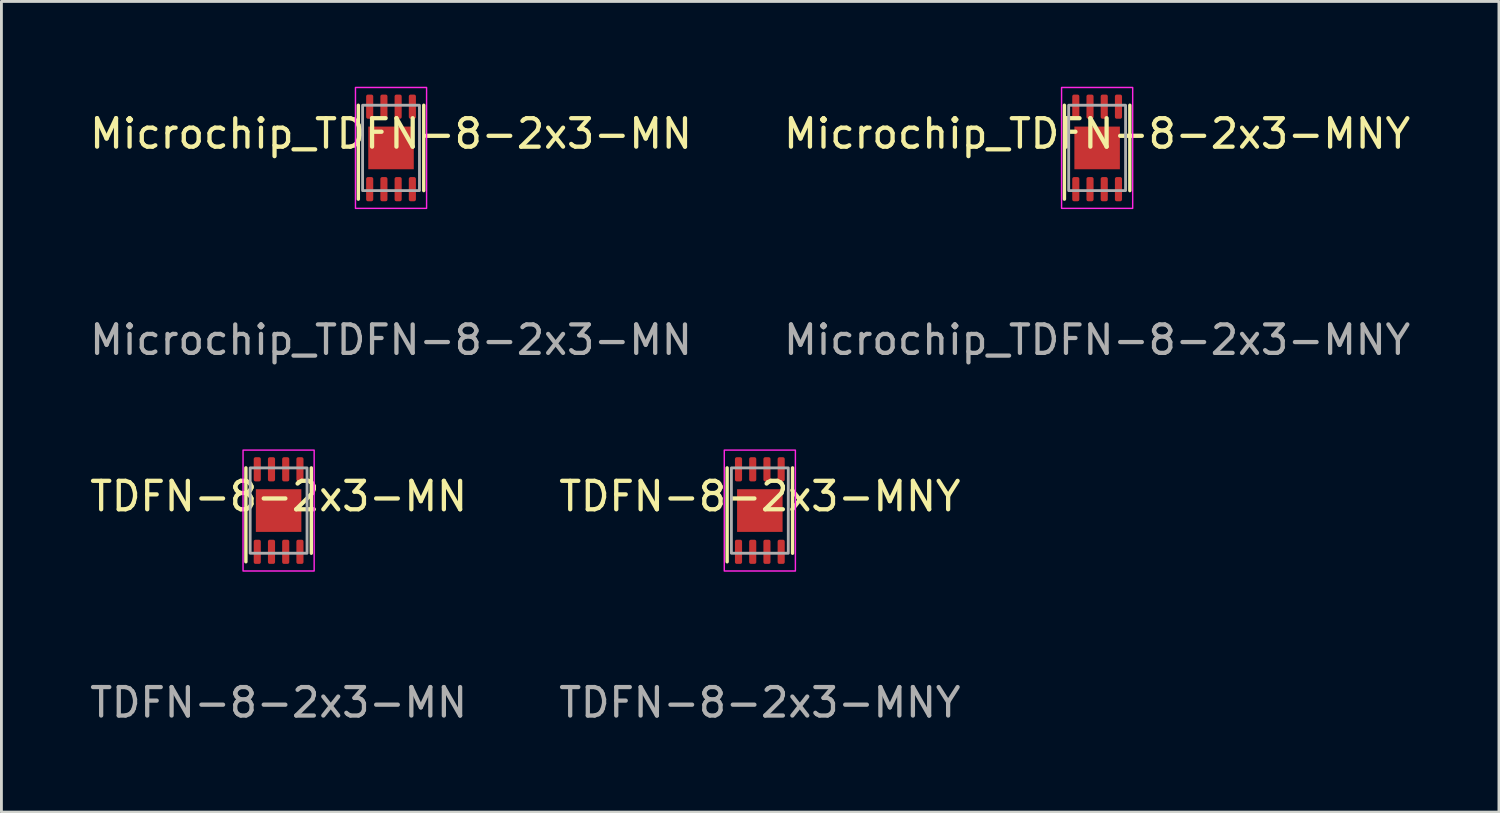
<source format=kicad_pcb>
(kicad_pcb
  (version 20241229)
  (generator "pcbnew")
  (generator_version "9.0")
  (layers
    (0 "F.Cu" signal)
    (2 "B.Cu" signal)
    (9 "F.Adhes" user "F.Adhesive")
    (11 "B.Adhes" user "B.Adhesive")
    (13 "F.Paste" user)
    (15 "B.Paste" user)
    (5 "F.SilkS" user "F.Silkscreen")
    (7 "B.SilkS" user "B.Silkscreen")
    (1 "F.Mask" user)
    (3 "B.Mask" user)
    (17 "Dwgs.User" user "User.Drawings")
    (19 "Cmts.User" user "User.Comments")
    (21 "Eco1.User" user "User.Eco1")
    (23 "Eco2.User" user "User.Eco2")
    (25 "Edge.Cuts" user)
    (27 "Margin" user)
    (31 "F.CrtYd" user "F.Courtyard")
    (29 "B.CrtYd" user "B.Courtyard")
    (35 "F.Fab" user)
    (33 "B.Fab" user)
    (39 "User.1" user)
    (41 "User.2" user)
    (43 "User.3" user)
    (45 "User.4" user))
  (footprint "TDFN-8-2x3-MNY"
    (layer "F.Cu")
    (at 23.661 14.898)
    (property "Reference" "TDFN-8-2x3-MNY" (at 0 -0.5 0) (unlocked yes) (layer "F.SilkS") (effects (font (size 1 1) (thickness 0.15))))
    (attr smd)
    (fp_line (start -1.15 -1.5) (end -1.15 1.8) (stroke (width 0.12) (type solid)) (layer "F.SilkS"))
    (fp_line (start 1.15 -1.5) (end 1.15 1.5) (stroke (width 0.12) (type solid)) (layer "F.SilkS"))
    (fp_rect (start -1.25 -2.125) (end 1.25 2.125) (stroke (width 0.05) (type solid)) (fill no) (layer "F.CrtYd"))
    (fp_rect (start -1 -1.5) (end 1 1.5) (stroke (width 0.1) (type solid)) (fill no) (layer "F.Fab"))
    (fp_text user "${REFERENCE}" (at 0 6.75 0) (unlocked yes) (layer "F.Fab") (effects (font (size 1 1) (thickness 0.15))))
    (pad "1" smd roundrect (at -0.75 1.45) (size 0.25 0.85) (layers "F.Cu" "F.Mask" "F.Paste") (roundrect_rratio 0.25))
    (pad "2" smd roundrect (at -0.25 1.45) (size 0.25 0.85) (layers "F.Cu" "F.Mask" "F.Paste") (roundrect_rratio 0.25))
    (pad "3" smd roundrect (at 0.25 1.45) (size 0.25 0.85) (layers "F.Cu" "F.Mask" "F.Paste") (roundrect_rratio 0.25))
    (pad "4" smd roundrect (at 0.75 1.45) (size 0.25 0.85) (layers "F.Cu" "F.Mask" "F.Paste") (roundrect_rratio 0.25))
    (pad "5" smd roundrect (at 0.75 -1.45 180) (size 0.25 0.85) (layers "F.Cu" "F.Mask" "F.Paste") (roundrect_rratio 0.25))
    (pad "6" smd roundrect (at 0.25 -1.45 180) (size 0.25 0.85) (layers "F.Cu" "F.Mask" "F.Paste") (roundrect_rratio 0.25))
    (pad "7" smd roundrect (at -0.25 -1.45 180) (size 0.25 0.85) (layers "F.Cu" "F.Mask" "F.Paste") (roundrect_rratio 0.25))
    (pad "8" smd roundrect (at -0.75 -1.45 180) (size 0.25 0.85) (layers "F.Cu" "F.Mask" "F.Paste") (roundrect_rratio 0.25))
    (pad "9" smd rect (at 0 0) (size 1.6 1.5) (layers "F.Cu" "F.Mask" "F.Paste")))
  (footprint "TDFN-8-2x3-MN"
    (layer "F.Cu")
    (at 6.744 14.898)
    (property "Reference" "TDFN-8-2x3-MN" (at 0 -0.5 0) (unlocked yes) (layer "F.SilkS") (effects (font (size 1 1) (thickness 0.15))))
    (attr smd)
    (fp_line (start -1.15 -1.5) (end -1.15 1.8) (stroke (width 0.12) (type solid)) (layer "F.SilkS"))
    (fp_line (start 1.15 -1.5) (end 1.15 1.5) (stroke (width 0.12) (type solid)) (layer "F.SilkS"))
    (fp_rect (start -1.25 -2.125) (end 1.25 2.125) (stroke (width 0.05) (type solid)) (fill no) (layer "F.CrtYd"))
    (fp_rect (start -1 -1.5) (end 1 1.5) (stroke (width 0.1) (type solid)) (fill no) (layer "F.Fab"))
    (fp_text user "${REFERENCE}" (at 0 6.75 0) (unlocked yes) (layer "F.Fab") (effects (font (size 1 1) (thickness 0.15))))
    (pad "1" smd roundrect (at -0.75 1.45) (size 0.25 0.85) (layers "F.Cu" "F.Mask" "F.Paste") (roundrect_rratio 0.25))
    (pad "2" smd roundrect (at -0.25 1.45) (size 0.25 0.85) (layers "F.Cu" "F.Mask" "F.Paste") (roundrect_rratio 0.25))
    (pad "3" smd roundrect (at 0.25 1.45) (size 0.25 0.85) (layers "F.Cu" "F.Mask" "F.Paste") (roundrect_rratio 0.25))
    (pad "4" smd roundrect (at 0.75 1.45) (size 0.25 0.85) (layers "F.Cu" "F.Mask" "F.Paste") (roundrect_rratio 0.25))
    (pad "5" smd roundrect (at 0.75 -1.45 180) (size 0.25 0.85) (layers "F.Cu" "F.Mask" "F.Paste") (roundrect_rratio 0.25))
    (pad "6" smd roundrect (at 0.25 -1.45 180) (size 0.25 0.85) (layers "F.Cu" "F.Mask" "F.Paste") (roundrect_rratio 0.25))
    (pad "7" smd roundrect (at -0.25 -1.45 180) (size 0.25 0.85) (layers "F.Cu" "F.Mask" "F.Paste") (roundrect_rratio 0.25))
    (pad "8" smd roundrect (at -0.75 -1.45 180) (size 0.25 0.85) (layers "F.Cu" "F.Mask" "F.Paste") (roundrect_rratio 0.25))
    (pad "9" smd rect (at 0 0) (size 1.6 1.5) (layers "F.Cu" "F.Mask" "F.Paste")))
  (footprint "Microchip_TDFN-8-2x3-MN"
    (layer "F.Cu")
    (at 10.696 2.15)
    (property "Reference" "Microchip_TDFN-8-2x3-MN" (at 0 -0.5 0) (unlocked yes) (layer "F.SilkS") (effects (font (size 1 1) (thickness 0.15))))
    (attr smd)
    (fp_line (start -1.15 -1.5) (end -1.15 1.8) (stroke (width 0.12) (type solid)) (layer "F.SilkS"))
    (fp_line (start 1.15 -1.5) (end 1.15 1.5) (stroke (width 0.12) (type solid)) (layer "F.SilkS"))
    (fp_rect (start -1.25 -2.125) (end 1.25 2.125) (stroke (width 0.05) (type solid)) (fill no) (layer "F.CrtYd"))
    (fp_rect (start -1 -1.5) (end 1 1.5) (stroke (width 0.1) (type solid)) (fill no) (layer "F.Fab"))
    (fp_text user "${REFERENCE}" (at 0 6.75 0) (unlocked yes) (layer "F.Fab") (effects (font (size 1 1) (thickness 0.15))))
    (pad "1" smd roundrect (at -0.75 1.45) (size 0.25 0.85) (layers "F.Cu" "F.Mask" "F.Paste") (roundrect_rratio 0.25))
    (pad "2" smd roundrect (at -0.25 1.45) (size 0.25 0.85) (layers "F.Cu" "F.Mask" "F.Paste") (roundrect_rratio 0.25))
    (pad "3" smd roundrect (at 0.25 1.45) (size 0.25 0.85) (layers "F.Cu" "F.Mask" "F.Paste") (roundrect_rratio 0.25))
    (pad "4" smd roundrect (at 0.75 1.45) (size 0.25 0.85) (layers "F.Cu" "F.Mask" "F.Paste") (roundrect_rratio 0.25))
    (pad "5" smd roundrect (at 0.75 -1.45 180) (size 0.25 0.85) (layers "F.Cu" "F.Mask" "F.Paste") (roundrect_rratio 0.25))
    (pad "6" smd roundrect (at 0.25 -1.45 180) (size 0.25 0.85) (layers "F.Cu" "F.Mask" "F.Paste") (roundrect_rratio 0.25))
    (pad "7" smd roundrect (at -0.25 -1.45 180) (size 0.25 0.85) (layers "F.Cu" "F.Mask" "F.Paste") (roundrect_rratio 0.25))
    (pad "8" smd roundrect (at -0.75 -1.45 180) (size 0.25 0.85) (layers "F.Cu" "F.Mask" "F.Paste") (roundrect_rratio 0.25))
    (pad "9" smd rect (at 0 0) (size 1.6 1.5) (layers "F.Cu" "F.Mask" "F.Paste")))
  (footprint "Microchip_TDFN-8-2x3-MNY"
    (layer "F.Cu")
    (at 35.518 2.15)
    (property "Reference" "Microchip_TDFN-8-2x3-MNY" (at 0 -0.5 0) (unlocked yes) (layer "F.SilkS") (effects (font (size 1 1) (thickness 0.15))))
    (attr smd)
    (fp_line (start -1.15 -1.5) (end -1.15 1.8) (stroke (width 0.12) (type solid)) (layer "F.SilkS"))
    (fp_line (start 1.15 -1.5) (end 1.15 1.5) (stroke (width 0.12) (type solid)) (layer "F.SilkS"))
    (fp_rect (start -1.25 -2.125) (end 1.25 2.125) (stroke (width 0.05) (type solid)) (fill no) (layer "F.CrtYd"))
    (fp_rect (start -1 -1.5) (end 1 1.5) (stroke (width 0.1) (type solid)) (fill no) (layer "F.Fab"))
    (fp_text user "${REFERENCE}" (at 0 6.75 0) (unlocked yes) (layer "F.Fab") (effects (font (size 1 1) (thickness 0.15))))
    (pad "1" smd roundrect (at -0.75 1.45) (size 0.25 0.85) (layers "F.Cu" "F.Mask" "F.Paste") (roundrect_rratio 0.25))
    (pad "2" smd roundrect (at -0.25 1.45) (size 0.25 0.85) (layers "F.Cu" "F.Mask" "F.Paste") (roundrect_rratio 0.25))
    (pad "3" smd roundrect (at 0.25 1.45) (size 0.25 0.85) (layers "F.Cu" "F.Mask" "F.Paste") (roundrect_rratio 0.25))
    (pad "4" smd roundrect (at 0.75 1.45) (size 0.25 0.85) (layers "F.Cu" "F.Mask" "F.Paste") (roundrect_rratio 0.25))
    (pad "5" smd roundrect (at 0.75 -1.45 180) (size 0.25 0.85) (layers "F.Cu" "F.Mask" "F.Paste") (roundrect_rratio 0.25))
    (pad "6" smd roundrect (at 0.25 -1.45 180) (size 0.25 0.85) (layers "F.Cu" "F.Mask" "F.Paste") (roundrect_rratio 0.25))
    (pad "7" smd roundrect (at -0.25 -1.45 180) (size 0.25 0.85) (layers "F.Cu" "F.Mask" "F.Paste") (roundrect_rratio 0.25))
    (pad "8" smd roundrect (at -0.75 -1.45 180) (size 0.25 0.85) (layers "F.Cu" "F.Mask" "F.Paste") (roundrect_rratio 0.25))
    (pad "9" smd rect (at 0 0) (size 1.6 1.5) (layers "F.Cu" "F.Mask" "F.Paste")))
  (gr_rect
    (start -3 -3)
    (end 49.643 25.497)
    (stroke (width 0.1) (type default))
    (fill no)
    (layer "Edge.Cuts")))
</source>
